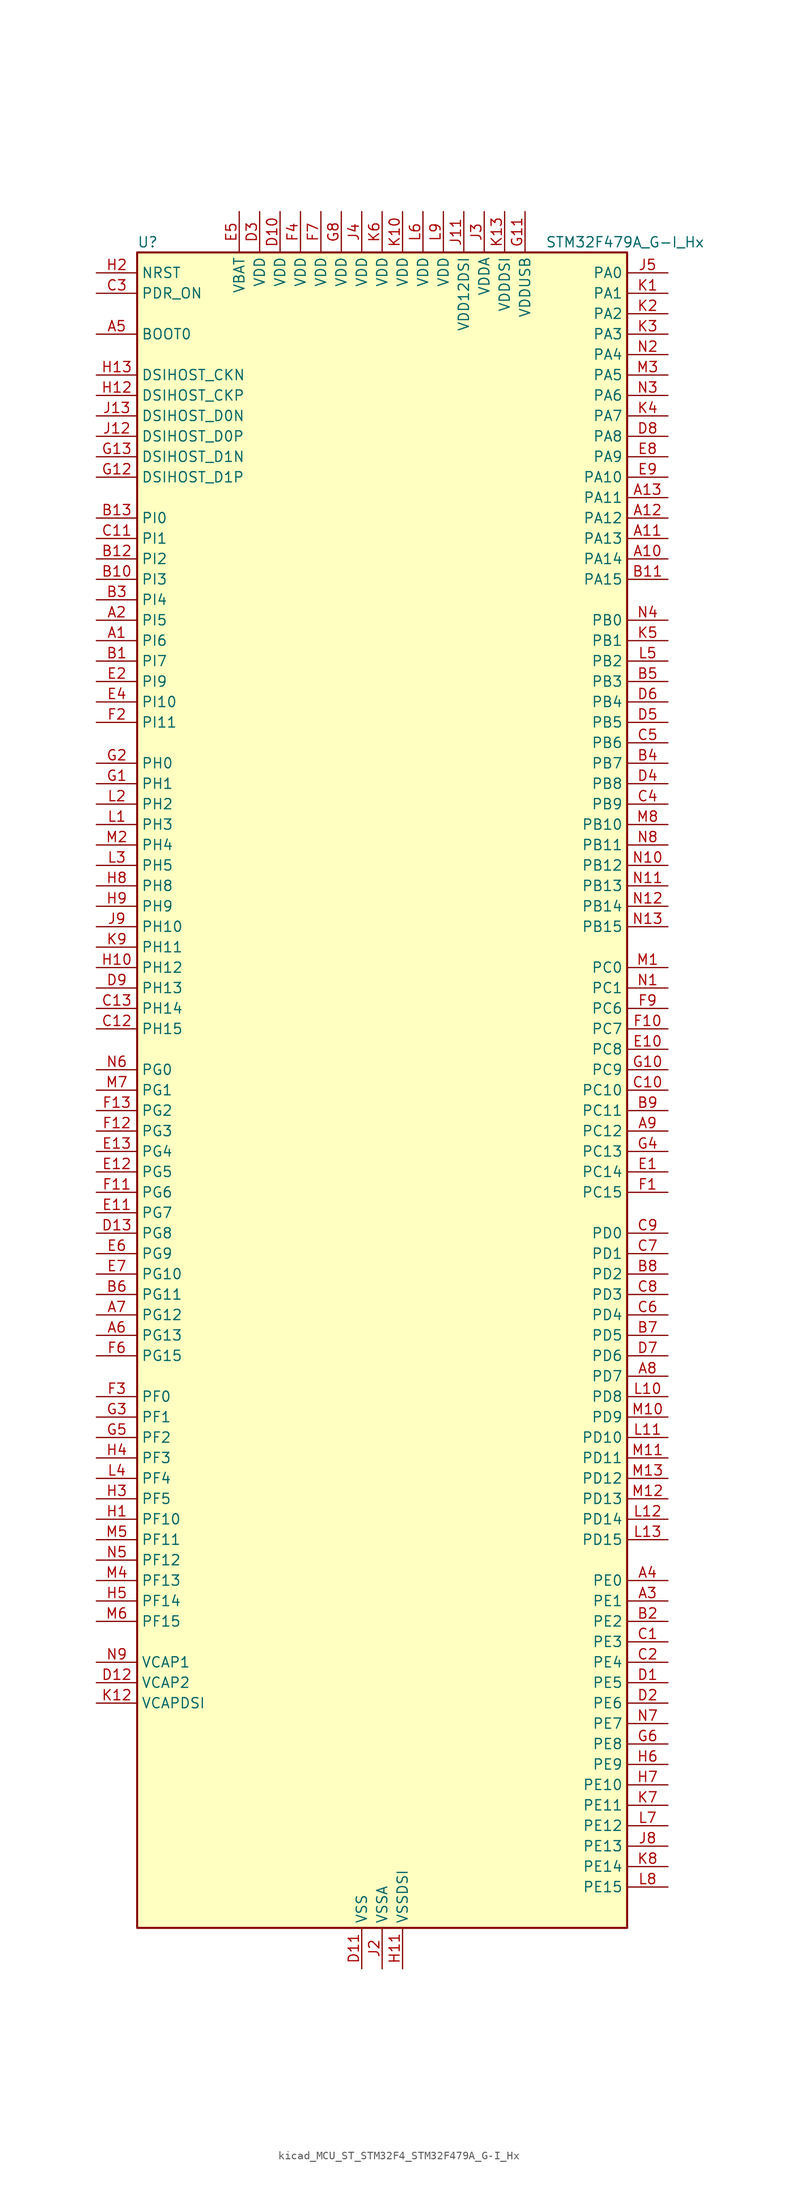
<source format=kicad_sym>
(kicad_symbol_lib
  (version 20220914)
  (generator kicad_symbol_editor)
  (symbol "kicad_MCU_ST_STM32F4_STM32F479A_G-I_Hx"
    (property "Reference" "U"
      (at -30.48 105.41 0)
      (effects (font (size 1.27 1.27)) (justify left)))
    (property "Value" "STM32F479A_G-I_Hx"
      (at 20.32 105.41 0)
      (effects (font (size 1.27 1.27)) (justify left)))
    (property "ki_locked" ""
      (at 0 0 0)
      (effects (font (size 1.27 1.27))))
    (symbol "kicad_MCU_ST_STM32F4_STM32F479A_G-I_Hx_0_1"
      (rectangle (start -30.48 -104.14) (end 30.48 104.14) (stroke (width 0.254) (type default)) (fill (type background))))
    (symbol "kicad_MCU_ST_STM32F4_STM32F479A_G-I_Hx_1_1"
      (pin bidirectional line (at -35.56 55.88 0) (length 5.08) (name "PI6" (effects (font (size 1.27 1.27)))) (number "A1" (effects (font (size 1.27 1.27)))) (alternate "DCMI_D6" bidirectional line) (alternate "FMC_D28" bidirectional line) (alternate "LTDC_B6" bidirectional line) (alternate "TIM8_CH2" bidirectional line))
      (pin bidirectional line (at 35.56 66.04 180) (length 5.08) (name "PA14" (effects (font (size 1.27 1.27)))) (number "A10" (effects (font (size 1.27 1.27)))) (alternate "SYS_JTCK-SWCLK" bidirectional line))
      (pin bidirectional line (at 35.56 68.58 180) (length 5.08) (name "PA13" (effects (font (size 1.27 1.27)))) (number "A11" (effects (font (size 1.27 1.27)))) (alternate "SYS_JTMS-SWDIO" bidirectional line))
      (pin bidirectional line (at 35.56 71.12 180) (length 5.08) (name "PA12" (effects (font (size 1.27 1.27)))) (number "A12" (effects (font (size 1.27 1.27)))) (alternate "CAN1_TX" bidirectional line) (alternate "LTDC_R5" bidirectional line) (alternate "TIM1_ETR" bidirectional line) (alternate "USART1_RTS" bidirectional line) (alternate "USB_OTG_FS_DP" bidirectional line))
      (pin bidirectional line (at 35.56 73.66 180) (length 5.08) (name "PA11" (effects (font (size 1.27 1.27)))) (number "A13" (effects (font (size 1.27 1.27)))) (alternate "ADC1_EXTI11" bidirectional line) (alternate "ADC2_EXTI11" bidirectional line) (alternate "ADC3_EXTI11" bidirectional line) (alternate "CAN1_RX" bidirectional line) (alternate "LTDC_R4" bidirectional line) (alternate "TIM1_CH4" bidirectional line) (alternate "USART1_CTS" bidirectional line) (alternate "USB_OTG_FS_DM" bidirectional line))
      (pin bidirectional line (at -35.56 58.42 0) (length 5.08) (name "PI5" (effects (font (size 1.27 1.27)))) (number "A2" (effects (font (size 1.27 1.27)))) (alternate "DCMI_VSYNC" bidirectional line) (alternate "FMC_NBL3" bidirectional line) (alternate "LTDC_B5" bidirectional line) (alternate "TIM8_CH1" bidirectional line))
      (pin bidirectional line (at 35.56 -63.5 180) (length 5.08) (name "PE1" (effects (font (size 1.27 1.27)))) (number "A3" (effects (font (size 1.27 1.27)))) (alternate "DCMI_D3" bidirectional line) (alternate "FMC_NBL1" bidirectional line) (alternate "UART8_TX" bidirectional line))
      (pin bidirectional line (at 35.56 -60.96 180) (length 5.08) (name "PE0" (effects (font (size 1.27 1.27)))) (number "A4" (effects (font (size 1.27 1.27)))) (alternate "DCMI_D2" bidirectional line) (alternate "FMC_NBL0" bidirectional line) (alternate "TIM4_ETR" bidirectional line) (alternate "UART8_RX" bidirectional line))
      (pin input line (at -35.56 93.98 0) (length 5.08) (name "BOOT0" (effects (font (size 1.27 1.27)))) (number "A5" (effects (font (size 1.27 1.27)))))
      (pin bidirectional line (at -35.56 -30.48 0) (length 5.08) (name "PG13" (effects (font (size 1.27 1.27)))) (number "A6" (effects (font (size 1.27 1.27)))) (alternate "FMC_A24" bidirectional line) (alternate "LTDC_R0" bidirectional line) (alternate "SPI6_SCK" bidirectional line) (alternate "SYS_TRACED0" bidirectional line) (alternate "USART6_CTS" bidirectional line))
      (pin bidirectional line (at -35.56 -27.94 0) (length 5.08) (name "PG12" (effects (font (size 1.27 1.27)))) (number "A7" (effects (font (size 1.27 1.27)))) (alternate "FMC_NE4" bidirectional line) (alternate "LTDC_B1" bidirectional line) (alternate "LTDC_B4" bidirectional line) (alternate "SPI6_MISO" bidirectional line) (alternate "USART6_RTS" bidirectional line))
      (pin bidirectional line (at 35.56 -35.56 180) (length 5.08) (name "PD7" (effects (font (size 1.27 1.27)))) (number "A8" (effects (font (size 1.27 1.27)))) (alternate "FMC_NE1" bidirectional line) (alternate "USART2_CK" bidirectional line))
      (pin bidirectional line (at 35.56 -5.08 180) (length 5.08) (name "PC12" (effects (font (size 1.27 1.27)))) (number "A9" (effects (font (size 1.27 1.27)))) (alternate "DCMI_D9" bidirectional line) (alternate "I2S3_SD" bidirectional line) (alternate "SDIO_CK" bidirectional line) (alternate "SPI3_MOSI" bidirectional line) (alternate "SYS_TRACED3" bidirectional line) (alternate "UART5_TX" bidirectional line) (alternate "USART3_CK" bidirectional line))
      (pin bidirectional line (at -35.56 53.34 0) (length 5.08) (name "PI7" (effects (font (size 1.27 1.27)))) (number "B1" (effects (font (size 1.27 1.27)))) (alternate "DCMI_D7" bidirectional line) (alternate "FMC_D29" bidirectional line) (alternate "LTDC_B7" bidirectional line) (alternate "TIM8_CH3" bidirectional line))
      (pin bidirectional line (at -35.56 63.5 0) (length 5.08) (name "PI3" (effects (font (size 1.27 1.27)))) (number "B10" (effects (font (size 1.27 1.27)))) (alternate "DCMI_D10" bidirectional line) (alternate "FMC_D27" bidirectional line) (alternate "I2S2_SD" bidirectional line) (alternate "SPI2_MOSI" bidirectional line) (alternate "TIM8_ETR" bidirectional line))
      (pin bidirectional line (at 35.56 63.5 180) (length 5.08) (name "PA15" (effects (font (size 1.27 1.27)))) (number "B11" (effects (font (size 1.27 1.27)))) (alternate "ADC1_EXTI15" bidirectional line) (alternate "ADC2_EXTI15" bidirectional line) (alternate "ADC3_EXTI15" bidirectional line) (alternate "I2S3_WS" bidirectional line) (alternate "SPI1_NSS" bidirectional line) (alternate "SPI3_NSS" bidirectional line) (alternate "SYS_JTDI" bidirectional line) (alternate "TIM2_CH1" bidirectional line) (alternate "TIM2_ETR" bidirectional line))
      (pin bidirectional line (at -35.56 66.04 0) (length 5.08) (name "PI2" (effects (font (size 1.27 1.27)))) (number "B12" (effects (font (size 1.27 1.27)))) (alternate "DCMI_D9" bidirectional line) (alternate "FMC_D26" bidirectional line) (alternate "I2S2_ext_SD" bidirectional line) (alternate "LTDC_G7" bidirectional line) (alternate "SPI2_MISO" bidirectional line) (alternate "TIM8_CH4" bidirectional line))
      (pin bidirectional line (at -35.56 71.12 0) (length 5.08) (name "PI0" (effects (font (size 1.27 1.27)))) (number "B13" (effects (font (size 1.27 1.27)))) (alternate "DCMI_D13" bidirectional line) (alternate "FMC_D24" bidirectional line) (alternate "I2S2_WS" bidirectional line) (alternate "LTDC_G5" bidirectional line) (alternate "SPI2_NSS" bidirectional line) (alternate "TIM5_CH4" bidirectional line))
      (pin bidirectional line (at 35.56 -66.04 180) (length 5.08) (name "PE2" (effects (font (size 1.27 1.27)))) (number "B2" (effects (font (size 1.27 1.27)))) (alternate "FMC_A23" bidirectional line) (alternate "QUADSPI_BK1_IO2" bidirectional line) (alternate "SAI1_MCLK_A" bidirectional line) (alternate "SPI4_SCK" bidirectional line) (alternate "SYS_TRACECLK" bidirectional line))
      (pin bidirectional line (at -35.56 60.96 0) (length 5.08) (name "PI4" (effects (font (size 1.27 1.27)))) (number "B3" (effects (font (size 1.27 1.27)))) (alternate "DCMI_D5" bidirectional line) (alternate "FMC_NBL2" bidirectional line) (alternate "LTDC_B4" bidirectional line) (alternate "TIM8_BKIN" bidirectional line))
      (pin bidirectional line (at 35.56 40.64 180) (length 5.08) (name "PB7" (effects (font (size 1.27 1.27)))) (number "B4" (effects (font (size 1.27 1.27)))) (alternate "DCMI_VSYNC" bidirectional line) (alternate "FMC_NL" bidirectional line) (alternate "I2C1_SDA" bidirectional line) (alternate "TIM4_CH2" bidirectional line) (alternate "USART1_RX" bidirectional line))
      (pin bidirectional line (at 35.56 50.8 180) (length 5.08) (name "PB3" (effects (font (size 1.27 1.27)))) (number "B5" (effects (font (size 1.27 1.27)))) (alternate "I2S3_CK" bidirectional line) (alternate "SPI1_SCK" bidirectional line) (alternate "SPI3_SCK" bidirectional line) (alternate "SYS_JTDO-SWO" bidirectional line) (alternate "TIM2_CH2" bidirectional line))
      (pin bidirectional line (at -35.56 -25.4 0) (length 5.08) (name "PG11" (effects (font (size 1.27 1.27)))) (number "B6" (effects (font (size 1.27 1.27)))) (alternate "ADC1_EXTI11" bidirectional line) (alternate "ADC2_EXTI11" bidirectional line) (alternate "ADC3_EXTI11" bidirectional line) (alternate "DCMI_D3" bidirectional line) (alternate "LTDC_B3" bidirectional line))
      (pin bidirectional line (at 35.56 -30.48 180) (length 5.08) (name "PD5" (effects (font (size 1.27 1.27)))) (number "B7" (effects (font (size 1.27 1.27)))) (alternate "FMC_NWE" bidirectional line) (alternate "USART2_TX" bidirectional line))
      (pin bidirectional line (at 35.56 -22.86 180) (length 5.08) (name "PD2" (effects (font (size 1.27 1.27)))) (number "B8" (effects (font (size 1.27 1.27)))) (alternate "DCMI_D11" bidirectional line) (alternate "SDIO_CMD" bidirectional line) (alternate "SYS_TRACED2" bidirectional line) (alternate "TIM3_ETR" bidirectional line) (alternate "UART5_RX" bidirectional line))
      (pin bidirectional line (at 35.56 -2.54 180) (length 5.08) (name "PC11" (effects (font (size 1.27 1.27)))) (number "B9" (effects (font (size 1.27 1.27)))) (alternate "ADC1_EXTI11" bidirectional line) (alternate "ADC2_EXTI11" bidirectional line) (alternate "ADC3_EXTI11" bidirectional line) (alternate "DCMI_D4" bidirectional line) (alternate "I2S3_ext_SD" bidirectional line) (alternate "QUADSPI_BK2_NCS" bidirectional line) (alternate "SDIO_D3" bidirectional line) (alternate "SPI3_MISO" bidirectional line) (alternate "UART4_RX" bidirectional line) (alternate "USART3_RX" bidirectional line))
      (pin bidirectional line (at 35.56 -68.58 180) (length 5.08) (name "PE3" (effects (font (size 1.27 1.27)))) (number "C1" (effects (font (size 1.27 1.27)))) (alternate "FMC_A19" bidirectional line) (alternate "SAI1_SD_B" bidirectional line) (alternate "SYS_TRACED0" bidirectional line))
      (pin bidirectional line (at 35.56 0 180) (length 5.08) (name "PC10" (effects (font (size 1.27 1.27)))) (number "C10" (effects (font (size 1.27 1.27)))) (alternate "DCMI_D8" bidirectional line) (alternate "I2S3_CK" bidirectional line) (alternate "LTDC_R2" bidirectional line) (alternate "QUADSPI_BK1_IO1" bidirectional line) (alternate "SDIO_D2" bidirectional line) (alternate "SPI3_SCK" bidirectional line) (alternate "UART4_TX" bidirectional line) (alternate "USART3_TX" bidirectional line))
      (pin bidirectional line (at -35.56 68.58 0) (length 5.08) (name "PI1" (effects (font (size 1.27 1.27)))) (number "C11" (effects (font (size 1.27 1.27)))) (alternate "DCMI_D8" bidirectional line) (alternate "FMC_D25" bidirectional line) (alternate "I2S2_CK" bidirectional line) (alternate "LTDC_G6" bidirectional line) (alternate "SPI2_SCK" bidirectional line))
      (pin bidirectional line (at -35.56 7.62 0) (length 5.08) (name "PH15" (effects (font (size 1.27 1.27)))) (number "C12" (effects (font (size 1.27 1.27)))) (alternate "ADC1_EXTI15" bidirectional line) (alternate "ADC2_EXTI15" bidirectional line) (alternate "ADC3_EXTI15" bidirectional line) (alternate "DCMI_D11" bidirectional line) (alternate "FMC_D23" bidirectional line) (alternate "LTDC_G4" bidirectional line) (alternate "TIM8_CH3N" bidirectional line))
      (pin bidirectional line (at -35.56 10.16 0) (length 5.08) (name "PH14" (effects (font (size 1.27 1.27)))) (number "C13" (effects (font (size 1.27 1.27)))) (alternate "DCMI_D4" bidirectional line) (alternate "FMC_D22" bidirectional line) (alternate "LTDC_G3" bidirectional line) (alternate "TIM8_CH2N" bidirectional line))
      (pin bidirectional line (at 35.56 -71.12 180) (length 5.08) (name "PE4" (effects (font (size 1.27 1.27)))) (number "C2" (effects (font (size 1.27 1.27)))) (alternate "DCMI_D4" bidirectional line) (alternate "FMC_A20" bidirectional line) (alternate "LTDC_B0" bidirectional line) (alternate "SAI1_FS_A" bidirectional line) (alternate "SPI4_NSS" bidirectional line) (alternate "SYS_TRACED1" bidirectional line))
      (pin input line (at -35.56 99.06 0) (length 5.08) (name "PDR_ON" (effects (font (size 1.27 1.27)))) (number "C3" (effects (font (size 1.27 1.27)))))
      (pin bidirectional line (at 35.56 35.56 180) (length 5.08) (name "PB9" (effects (font (size 1.27 1.27)))) (number "C4" (effects (font (size 1.27 1.27)))) (alternate "CAN1_TX" bidirectional line) (alternate "DAC_EXTI9" bidirectional line) (alternate "DCMI_D7" bidirectional line) (alternate "I2C1_SDA" bidirectional line) (alternate "I2S2_WS" bidirectional line) (alternate "LTDC_B7" bidirectional line) (alternate "SDIO_D5" bidirectional line) (alternate "SPI2_NSS" bidirectional line) (alternate "TIM11_CH1" bidirectional line) (alternate "TIM4_CH4" bidirectional line))
      (pin bidirectional line (at 35.56 43.18 180) (length 5.08) (name "PB6" (effects (font (size 1.27 1.27)))) (number "C5" (effects (font (size 1.27 1.27)))) (alternate "CAN2_TX" bidirectional line) (alternate "DCMI_D5" bidirectional line) (alternate "FMC_SDNE1" bidirectional line) (alternate "I2C1_SCL" bidirectional line) (alternate "QUADSPI_BK1_NCS" bidirectional line) (alternate "TIM4_CH1" bidirectional line) (alternate "USART1_TX" bidirectional line))
      (pin bidirectional line (at 35.56 -27.94 180) (length 5.08) (name "PD4" (effects (font (size 1.27 1.27)))) (number "C6" (effects (font (size 1.27 1.27)))) (alternate "FMC_NOE" bidirectional line) (alternate "USART2_RTS" bidirectional line))
      (pin bidirectional line (at 35.56 -20.32 180) (length 5.08) (name "PD1" (effects (font (size 1.27 1.27)))) (number "C7" (effects (font (size 1.27 1.27)))) (alternate "CAN1_TX" bidirectional line) (alternate "FMC_D3" bidirectional line) (alternate "FMC_DA3" bidirectional line))
      (pin bidirectional line (at 35.56 -25.4 180) (length 5.08) (name "PD3" (effects (font (size 1.27 1.27)))) (number "C8" (effects (font (size 1.27 1.27)))) (alternate "DCMI_D5" bidirectional line) (alternate "FMC_CLK" bidirectional line) (alternate "I2S2_CK" bidirectional line) (alternate "LTDC_G7" bidirectional line) (alternate "SPI2_SCK" bidirectional line) (alternate "USART2_CTS" bidirectional line))
      (pin bidirectional line (at 35.56 -17.78 180) (length 5.08) (name "PD0" (effects (font (size 1.27 1.27)))) (number "C9" (effects (font (size 1.27 1.27)))) (alternate "CAN1_RX" bidirectional line) (alternate "FMC_D2" bidirectional line) (alternate "FMC_DA2" bidirectional line))
      (pin bidirectional line (at 35.56 -73.66 180) (length 5.08) (name "PE5" (effects (font (size 1.27 1.27)))) (number "D1" (effects (font (size 1.27 1.27)))) (alternate "DCMI_D6" bidirectional line) (alternate "FMC_A21" bidirectional line) (alternate "LTDC_G0" bidirectional line) (alternate "SAI1_SCK_A" bidirectional line) (alternate "SPI4_MISO" bidirectional line) (alternate "SYS_TRACED2" bidirectional line) (alternate "TIM9_CH1" bidirectional line))
      (pin power_in line (at -12.7 109.22 270) (length 5.08) (name "VDD" (effects (font (size 1.27 1.27)))) (number "D10" (effects (font (size 1.27 1.27)))))
      (pin power_in line (at -2.54 -109.22 90) (length 5.08) (name "VSS" (effects (font (size 1.27 1.27)))) (number "D11" (effects (font (size 1.27 1.27)))))
      (pin power_out line (at -35.56 -73.66 0) (length 5.08) (name "VCAP2" (effects (font (size 1.27 1.27)))) (number "D12" (effects (font (size 1.27 1.27)))))
      (pin bidirectional line (at -35.56 -17.78 0) (length 5.08) (name "PG8" (effects (font (size 1.27 1.27)))) (number "D13" (effects (font (size 1.27 1.27)))) (alternate "FMC_SDCLK" bidirectional line) (alternate "LTDC_G7" bidirectional line) (alternate "SPI6_NSS" bidirectional line) (alternate "USART6_RTS" bidirectional line))
      (pin bidirectional line (at 35.56 -76.2 180) (length 5.08) (name "PE6" (effects (font (size 1.27 1.27)))) (number "D2" (effects (font (size 1.27 1.27)))) (alternate "DCMI_D7" bidirectional line) (alternate "FMC_A22" bidirectional line) (alternate "LTDC_G1" bidirectional line) (alternate "SAI1_SD_A" bidirectional line) (alternate "SPI4_MOSI" bidirectional line) (alternate "SYS_TRACED3" bidirectional line) (alternate "TIM9_CH2" bidirectional line))
      (pin power_in line (at -15.24 109.22 270) (length 5.08) (name "VDD" (effects (font (size 1.27 1.27)))) (number "D3" (effects (font (size 1.27 1.27)))))
      (pin bidirectional line (at 35.56 38.1 180) (length 5.08) (name "PB8" (effects (font (size 1.27 1.27)))) (number "D4" (effects (font (size 1.27 1.27)))) (alternate "CAN1_RX" bidirectional line) (alternate "DCMI_D6" bidirectional line) (alternate "I2C1_SCL" bidirectional line) (alternate "LTDC_B6" bidirectional line) (alternate "SDIO_D4" bidirectional line) (alternate "TIM10_CH1" bidirectional line) (alternate "TIM4_CH3" bidirectional line))
      (pin bidirectional line (at 35.56 45.72 180) (length 5.08) (name "PB5" (effects (font (size 1.27 1.27)))) (number "D5" (effects (font (size 1.27 1.27)))) (alternate "CAN2_RX" bidirectional line) (alternate "DCMI_D10" bidirectional line) (alternate "FMC_SDCKE1" bidirectional line) (alternate "I2C1_SMBA" bidirectional line) (alternate "I2S3_SD" bidirectional line) (alternate "LTDC_G7" bidirectional line) (alternate "SPI1_MOSI" bidirectional line) (alternate "SPI3_MOSI" bidirectional line) (alternate "TIM3_CH2" bidirectional line) (alternate "USB_OTG_HS_ULPI_D7" bidirectional line))
      (pin bidirectional line (at 35.56 48.26 180) (length 5.08) (name "PB4" (effects (font (size 1.27 1.27)))) (number "D6" (effects (font (size 1.27 1.27)))) (alternate "I2S3_ext_SD" bidirectional line) (alternate "SPI1_MISO" bidirectional line) (alternate "SPI3_MISO" bidirectional line) (alternate "SYS_JTRST" bidirectional line) (alternate "TIM3_CH1" bidirectional line))
      (pin bidirectional line (at 35.56 -33.02 180) (length 5.08) (name "PD6" (effects (font (size 1.27 1.27)))) (number "D7" (effects (font (size 1.27 1.27)))) (alternate "DCMI_D10" bidirectional line) (alternate "FMC_NWAIT" bidirectional line) (alternate "I2S3_SD" bidirectional line) (alternate "LTDC_B2" bidirectional line) (alternate "SAI1_SD_A" bidirectional line) (alternate "SPI3_MOSI" bidirectional line) (alternate "USART2_RX" bidirectional line))
      (pin bidirectional line (at 35.56 81.28 180) (length 5.08) (name "PA8" (effects (font (size 1.27 1.27)))) (number "D8" (effects (font (size 1.27 1.27)))) (alternate "I2C3_SCL" bidirectional line) (alternate "LTDC_R6" bidirectional line) (alternate "RCC_MCO_1" bidirectional line) (alternate "TIM1_CH1" bidirectional line) (alternate "USART1_CK" bidirectional line) (alternate "USB_OTG_FS_SOF" bidirectional line))
      (pin bidirectional line (at -35.56 12.7 0) (length 5.08) (name "PH13" (effects (font (size 1.27 1.27)))) (number "D9" (effects (font (size 1.27 1.27)))) (alternate "CAN1_TX" bidirectional line) (alternate "FMC_D21" bidirectional line) (alternate "LTDC_G2" bidirectional line) (alternate "TIM8_CH1N" bidirectional line))
      (pin bidirectional line (at 35.56 -10.16 180) (length 5.08) (name "PC14" (effects (font (size 1.27 1.27)))) (number "E1" (effects (font (size 1.27 1.27)))) (alternate "RCC_OSC32_IN" bidirectional line))
      (pin bidirectional line (at 35.56 5.08 180) (length 5.08) (name "PC8" (effects (font (size 1.27 1.27)))) (number "E10" (effects (font (size 1.27 1.27)))) (alternate "DCMI_D2" bidirectional line) (alternate "SDIO_D0" bidirectional line) (alternate "SYS_TRACED1" bidirectional line) (alternate "TIM3_CH3" bidirectional line) (alternate "TIM8_CH3" bidirectional line) (alternate "USART6_CK" bidirectional line))
      (pin bidirectional line (at -35.56 -15.24 0) (length 5.08) (name "PG7" (effects (font (size 1.27 1.27)))) (number "E11" (effects (font (size 1.27 1.27)))) (alternate "DCMI_D13" bidirectional line) (alternate "FMC_INT" bidirectional line) (alternate "LTDC_CLK" bidirectional line) (alternate "SAI1_MCLK_A" bidirectional line) (alternate "USART6_CK" bidirectional line))
      (pin bidirectional line (at -35.56 -10.16 0) (length 5.08) (name "PG5" (effects (font (size 1.27 1.27)))) (number "E12" (effects (font (size 1.27 1.27)))) (alternate "FMC_A15" bidirectional line) (alternate "FMC_BA1" bidirectional line))
      (pin bidirectional line (at -35.56 -7.62 0) (length 5.08) (name "PG4" (effects (font (size 1.27 1.27)))) (number "E13" (effects (font (size 1.27 1.27)))) (alternate "FMC_A14" bidirectional line) (alternate "FMC_BA0" bidirectional line))
      (pin bidirectional line (at -35.56 50.8 0) (length 5.08) (name "PI9" (effects (font (size 1.27 1.27)))) (number "E2" (effects (font (size 1.27 1.27)))) (alternate "CAN1_RX" bidirectional line) (alternate "DAC_EXTI9" bidirectional line) (alternate "FMC_D30" bidirectional line) (alternate "LTDC_VSYNC" bidirectional line))
      (pin passive line (at -2.54 -109.22 90) (length 5.08) hide (name "VSS" (effects (font (size 1.27 1.27)))) (number "E3" (effects (font (size 1.27 1.27)))))
      (pin bidirectional line (at -35.56 48.26 0) (length 5.08) (name "PI10" (effects (font (size 1.27 1.27)))) (number "E4" (effects (font (size 1.27 1.27)))) (alternate "FMC_D31" bidirectional line) (alternate "LTDC_HSYNC" bidirectional line))
      (pin power_in line (at -17.78 109.22 270) (length 5.08) (name "VBAT" (effects (font (size 1.27 1.27)))) (number "E5" (effects (font (size 1.27 1.27)))))
      (pin bidirectional line (at -35.56 -20.32 0) (length 5.08) (name "PG9" (effects (font (size 1.27 1.27)))) (number "E6" (effects (font (size 1.27 1.27)))) (alternate "DAC_EXTI9" bidirectional line) (alternate "DCMI_VSYNC" bidirectional line) (alternate "FMC_NCE" bidirectional line) (alternate "FMC_NE2" bidirectional line) (alternate "QUADSPI_BK2_IO2" bidirectional line) (alternate "USART6_RX" bidirectional line))
      (pin bidirectional line (at -35.56 -22.86 0) (length 5.08) (name "PG10" (effects (font (size 1.27 1.27)))) (number "E7" (effects (font (size 1.27 1.27)))) (alternate "DCMI_D2" bidirectional line) (alternate "FMC_NE3" bidirectional line) (alternate "LTDC_B2" bidirectional line) (alternate "LTDC_G3" bidirectional line))
      (pin bidirectional line (at 35.56 78.74 180) (length 5.08) (name "PA9" (effects (font (size 1.27 1.27)))) (number "E8" (effects (font (size 1.27 1.27)))) (alternate "DAC_EXTI9" bidirectional line) (alternate "DCMI_D0" bidirectional line) (alternate "I2C3_SMBA" bidirectional line) (alternate "I2S2_CK" bidirectional line) (alternate "SPI2_SCK" bidirectional line) (alternate "TIM1_CH2" bidirectional line) (alternate "USART1_TX" bidirectional line) (alternate "USB_OTG_FS_VBUS" bidirectional line))
      (pin bidirectional line (at 35.56 76.2 180) (length 5.08) (name "PA10" (effects (font (size 1.27 1.27)))) (number "E9" (effects (font (size 1.27 1.27)))) (alternate "DCMI_D1" bidirectional line) (alternate "TIM1_CH3" bidirectional line) (alternate "USART1_RX" bidirectional line) (alternate "USB_OTG_FS_ID" bidirectional line))
      (pin bidirectional line (at 35.56 -12.7 180) (length 5.08) (name "PC15" (effects (font (size 1.27 1.27)))) (number "F1" (effects (font (size 1.27 1.27)))) (alternate "ADC1_EXTI15" bidirectional line) (alternate "ADC2_EXTI15" bidirectional line) (alternate "ADC3_EXTI15" bidirectional line) (alternate "RCC_OSC32_OUT" bidirectional line))
      (pin bidirectional line (at 35.56 7.62 180) (length 5.08) (name "PC7" (effects (font (size 1.27 1.27)))) (number "F10" (effects (font (size 1.27 1.27)))) (alternate "DCMI_D1" bidirectional line) (alternate "I2S3_MCK" bidirectional line) (alternate "LTDC_G6" bidirectional line) (alternate "SDIO_D7" bidirectional line) (alternate "TIM3_CH2" bidirectional line) (alternate "TIM8_CH2" bidirectional line) (alternate "USART6_RX" bidirectional line))
      (pin bidirectional line (at -35.56 -12.7 0) (length 5.08) (name "PG6" (effects (font (size 1.27 1.27)))) (number "F11" (effects (font (size 1.27 1.27)))) (alternate "DCMI_D12" bidirectional line) (alternate "LTDC_R7" bidirectional line))
      (pin bidirectional line (at -35.56 -5.08 0) (length 5.08) (name "PG3" (effects (font (size 1.27 1.27)))) (number "F12" (effects (font (size 1.27 1.27)))) (alternate "FMC_A13" bidirectional line))
      (pin bidirectional line (at -35.56 -2.54 0) (length 5.08) (name "PG2" (effects (font (size 1.27 1.27)))) (number "F13" (effects (font (size 1.27 1.27)))) (alternate "FMC_A12" bidirectional line))
      (pin bidirectional line (at -35.56 45.72 0) (length 5.08) (name "PI11" (effects (font (size 1.27 1.27)))) (number "F2" (effects (font (size 1.27 1.27)))) (alternate "ADC1_EXTI11" bidirectional line) (alternate "ADC2_EXTI11" bidirectional line) (alternate "ADC3_EXTI11" bidirectional line) (alternate "LTDC_G6" bidirectional line) (alternate "USB_OTG_HS_ULPI_DIR" bidirectional line))
      (pin bidirectional line (at -35.56 -38.1 0) (length 5.08) (name "PF0" (effects (font (size 1.27 1.27)))) (number "F3" (effects (font (size 1.27 1.27)))) (alternate "FMC_A0" bidirectional line) (alternate "I2C2_SDA" bidirectional line))
      (pin power_in line (at -10.16 109.22 270) (length 5.08) (name "VDD" (effects (font (size 1.27 1.27)))) (number "F4" (effects (font (size 1.27 1.27)))))
      (pin passive line (at -2.54 -109.22 90) (length 5.08) hide (name "VSS" (effects (font (size 1.27 1.27)))) (number "F5" (effects (font (size 1.27 1.27)))))
      (pin bidirectional line (at -35.56 -33.02 0) (length 5.08) (name "PG15" (effects (font (size 1.27 1.27)))) (number "F6" (effects (font (size 1.27 1.27)))) (alternate "ADC1_EXTI15" bidirectional line) (alternate "ADC2_EXTI15" bidirectional line) (alternate "ADC3_EXTI15" bidirectional line) (alternate "DCMI_D13" bidirectional line) (alternate "FMC_SDNCAS" bidirectional line) (alternate "USART6_CTS" bidirectional line))
      (pin power_in line (at -7.62 109.22 270) (length 5.08) (name "VDD" (effects (font (size 1.27 1.27)))) (number "F7" (effects (font (size 1.27 1.27)))))
      (pin passive line (at -2.54 -109.22 90) (length 5.08) hide (name "VSS" (effects (font (size 1.27 1.27)))) (number "F8" (effects (font (size 1.27 1.27)))))
      (pin bidirectional line (at 35.56 10.16 180) (length 5.08) (name "PC6" (effects (font (size 1.27 1.27)))) (number "F9" (effects (font (size 1.27 1.27)))) (alternate "DCMI_D0" bidirectional line) (alternate "I2S2_MCK" bidirectional line) (alternate "LTDC_HSYNC" bidirectional line) (alternate "SDIO_D6" bidirectional line) (alternate "TIM3_CH1" bidirectional line) (alternate "TIM8_CH1" bidirectional line) (alternate "USART6_TX" bidirectional line))
      (pin bidirectional line (at -35.56 38.1 0) (length 5.08) (name "PH1" (effects (font (size 1.27 1.27)))) (number "G1" (effects (font (size 1.27 1.27)))) (alternate "RCC_OSC_OUT" bidirectional line))
      (pin bidirectional line (at 35.56 2.54 180) (length 5.08) (name "PC9" (effects (font (size 1.27 1.27)))) (number "G10" (effects (font (size 1.27 1.27)))) (alternate "DAC_EXTI9" bidirectional line) (alternate "DCMI_D3" bidirectional line) (alternate "I2C3_SDA" bidirectional line) (alternate "I2S_CKIN" bidirectional line) (alternate "QUADSPI_BK1_IO0" bidirectional line) (alternate "RCC_MCO_2" bidirectional line) (alternate "SDIO_D1" bidirectional line) (alternate "TIM3_CH4" bidirectional line) (alternate "TIM8_CH4" bidirectional line))
      (pin power_in line (at 17.78 109.22 270) (length 5.08) (name "VDDUSB" (effects (font (size 1.27 1.27)))) (number "G11" (effects (font (size 1.27 1.27)))))
      (pin bidirectional line (at -35.56 76.2 0) (length 5.08) (name "DSIHOST_D1P" (effects (font (size 1.27 1.27)))) (number "G12" (effects (font (size 1.27 1.27)))) (alternate "DSIHOST_D1P" bidirectional line))
      (pin bidirectional line (at -35.56 78.74 0) (length 5.08) (name "DSIHOST_D1N" (effects (font (size 1.27 1.27)))) (number "G13" (effects (font (size 1.27 1.27)))) (alternate "DSIHOST_D1N" bidirectional line))
      (pin bidirectional line (at -35.56 40.64 0) (length 5.08) (name "PH0" (effects (font (size 1.27 1.27)))) (number "G2" (effects (font (size 1.27 1.27)))) (alternate "RCC_OSC_IN" bidirectional line))
      (pin bidirectional line (at -35.56 -40.64 0) (length 5.08) (name "PF1" (effects (font (size 1.27 1.27)))) (number "G3" (effects (font (size 1.27 1.27)))) (alternate "FMC_A1" bidirectional line) (alternate "I2C2_SCL" bidirectional line))
      (pin bidirectional line (at 35.56 -7.62 180) (length 5.08) (name "PC13" (effects (font (size 1.27 1.27)))) (number "G4" (effects (font (size 1.27 1.27)))) (alternate "RTC_AF1" bidirectional line))
      (pin bidirectional line (at -35.56 -43.18 0) (length 5.08) (name "PF2" (effects (font (size 1.27 1.27)))) (number "G5" (effects (font (size 1.27 1.27)))) (alternate "FMC_A2" bidirectional line) (alternate "I2C2_SMBA" bidirectional line))
      (pin bidirectional line (at 35.56 -81.28 180) (length 5.08) (name "PE8" (effects (font (size 1.27 1.27)))) (number "G6" (effects (font (size 1.27 1.27)))) (alternate "FMC_D5" bidirectional line) (alternate "FMC_DA5" bidirectional line) (alternate "QUADSPI_BK2_IO1" bidirectional line) (alternate "TIM1_CH1N" bidirectional line) (alternate "UART7_TX" bidirectional line))
      (pin passive line (at -2.54 -109.22 90) (length 5.08) hide (name "VSS" (effects (font (size 1.27 1.27)))) (number "G7" (effects (font (size 1.27 1.27)))))
      (pin power_in line (at -5.08 109.22 270) (length 5.08) (name "VDD" (effects (font (size 1.27 1.27)))) (number "G8" (effects (font (size 1.27 1.27)))))
      (pin passive line (at -2.54 -109.22 90) (length 5.08) hide (name "VSS" (effects (font (size 1.27 1.27)))) (number "G9" (effects (font (size 1.27 1.27)))))
      (pin bidirectional line (at -35.56 -53.34 0) (length 5.08) (name "PF10" (effects (font (size 1.27 1.27)))) (number "H1" (effects (font (size 1.27 1.27)))) (alternate "ADC3_IN8" bidirectional line) (alternate "DCMI_D11" bidirectional line) (alternate "LTDC_DE" bidirectional line) (alternate "QUADSPI_CLK" bidirectional line))
      (pin bidirectional line (at -35.56 15.24 0) (length 5.08) (name "PH12" (effects (font (size 1.27 1.27)))) (number "H10" (effects (font (size 1.27 1.27)))) (alternate "DCMI_D3" bidirectional line) (alternate "FMC_D20" bidirectional line) (alternate "LTDC_R6" bidirectional line) (alternate "TIM5_CH3" bidirectional line))
      (pin power_in line (at 2.54 -109.22 90) (length 5.08) (name "VSSDSI" (effects (font (size 1.27 1.27)))) (number "H11" (effects (font (size 1.27 1.27)))))
      (pin bidirectional line (at -35.56 86.36 0) (length 5.08) (name "DSIHOST_CKP" (effects (font (size 1.27 1.27)))) (number "H12" (effects (font (size 1.27 1.27)))) (alternate "DSIHOST_CKP" bidirectional line))
      (pin bidirectional line (at -35.56 88.9 0) (length 5.08) (name "DSIHOST_CKN" (effects (font (size 1.27 1.27)))) (number "H13" (effects (font (size 1.27 1.27)))) (alternate "DSIHOST_CKN" bidirectional line))
      (pin input line (at -35.56 101.6 0) (length 5.08) (name "NRST" (effects (font (size 1.27 1.27)))) (number "H2" (effects (font (size 1.27 1.27)))))
      (pin bidirectional line (at -35.56 -50.8 0) (length 5.08) (name "PF5" (effects (font (size 1.27 1.27)))) (number "H3" (effects (font (size 1.27 1.27)))) (alternate "ADC3_IN15" bidirectional line) (alternate "FMC_A5" bidirectional line))
      (pin bidirectional line (at -35.56 -45.72 0) (length 5.08) (name "PF3" (effects (font (size 1.27 1.27)))) (number "H4" (effects (font (size 1.27 1.27)))) (alternate "ADC3_IN9" bidirectional line) (alternate "FMC_A3" bidirectional line))
      (pin bidirectional line (at -35.56 -63.5 0) (length 5.08) (name "PF14" (effects (font (size 1.27 1.27)))) (number "H5" (effects (font (size 1.27 1.27)))) (alternate "FMC_A8" bidirectional line))
      (pin bidirectional line (at 35.56 -83.82 180) (length 5.08) (name "PE9" (effects (font (size 1.27 1.27)))) (number "H6" (effects (font (size 1.27 1.27)))) (alternate "DAC_EXTI9" bidirectional line) (alternate "FMC_D6" bidirectional line) (alternate "FMC_DA6" bidirectional line) (alternate "QUADSPI_BK2_IO2" bidirectional line) (alternate "TIM1_CH1" bidirectional line))
      (pin bidirectional line (at 35.56 -86.36 180) (length 5.08) (name "PE10" (effects (font (size 1.27 1.27)))) (number "H7" (effects (font (size 1.27 1.27)))) (alternate "FMC_D7" bidirectional line) (alternate "FMC_DA7" bidirectional line) (alternate "QUADSPI_BK2_IO3" bidirectional line) (alternate "TIM1_CH2N" bidirectional line))
      (pin bidirectional line (at -35.56 25.4 0) (length 5.08) (name "PH8" (effects (font (size 1.27 1.27)))) (number "H8" (effects (font (size 1.27 1.27)))) (alternate "DCMI_HSYNC" bidirectional line) (alternate "FMC_D16" bidirectional line) (alternate "I2C3_SDA" bidirectional line) (alternate "LTDC_R2" bidirectional line))
      (pin bidirectional line (at -35.56 22.86 0) (length 5.08) (name "PH9" (effects (font (size 1.27 1.27)))) (number "H9" (effects (font (size 1.27 1.27)))) (alternate "DAC_EXTI9" bidirectional line) (alternate "DCMI_D0" bidirectional line) (alternate "FMC_D17" bidirectional line) (alternate "I2C3_SMBA" bidirectional line) (alternate "LTDC_R3" bidirectional line) (alternate "TIM12_CH2" bidirectional line))
      (pin passive line (at -2.54 -109.22 90) (length 5.08) hide (name "VSS" (effects (font (size 1.27 1.27)))) (number "J1" (effects (font (size 1.27 1.27)))))
      (pin passive line (at -2.54 -109.22 90) (length 5.08) hide (name "VSS" (effects (font (size 1.27 1.27)))) (number "J10" (effects (font (size 1.27 1.27)))))
      (pin power_in line (at 10.16 109.22 270) (length 5.08) (name "VDD12DSI" (effects (font (size 1.27 1.27)))) (number "J11" (effects (font (size 1.27 1.27)))))
      (pin bidirectional line (at -35.56 81.28 0) (length 5.08) (name "DSIHOST_D0P" (effects (font (size 1.27 1.27)))) (number "J12" (effects (font (size 1.27 1.27)))) (alternate "DSIHOST_D0P" bidirectional line))
      (pin bidirectional line (at -35.56 83.82 0) (length 5.08) (name "DSIHOST_D0N" (effects (font (size 1.27 1.27)))) (number "J13" (effects (font (size 1.27 1.27)))) (alternate "DSIHOST_D0N" bidirectional line))
      (pin power_in line (at 0 -109.22 90) (length 5.08) (name "VSSA" (effects (font (size 1.27 1.27)))) (number "J2" (effects (font (size 1.27 1.27)))))
      (pin power_in line (at 12.7 109.22 270) (length 5.08) (name "VDDA" (effects (font (size 1.27 1.27)))) (number "J3" (effects (font (size 1.27 1.27)))))
      (pin power_in line (at -2.54 109.22 270) (length 5.08) (name "VDD" (effects (font (size 1.27 1.27)))) (number "J4" (effects (font (size 1.27 1.27)))))
      (pin bidirectional line (at 35.56 101.6 180) (length 5.08) (name "PA0" (effects (font (size 1.27 1.27)))) (number "J5" (effects (font (size 1.27 1.27)))) (alternate "ADC1_IN0" bidirectional line) (alternate "ADC2_IN0" bidirectional line) (alternate "ADC3_IN0" bidirectional line) (alternate "SYS_WKUP" bidirectional line) (alternate "TIM2_CH1" bidirectional line) (alternate "TIM2_ETR" bidirectional line) (alternate "TIM5_CH1" bidirectional line) (alternate "TIM8_ETR" bidirectional line) (alternate "UART4_TX" bidirectional line) (alternate "USART2_CTS" bidirectional line))
      (pin passive line (at -2.54 -109.22 90) (length 5.08) hide (name "VSS" (effects (font (size 1.27 1.27)))) (number "J6" (effects (font (size 1.27 1.27)))))
      (pin passive line (at -2.54 -109.22 90) (length 5.08) hide (name "VSS" (effects (font (size 1.27 1.27)))) (number "J7" (effects (font (size 1.27 1.27)))))
      (pin bidirectional line (at 35.56 -93.98 180) (length 5.08) (name "PE13" (effects (font (size 1.27 1.27)))) (number "J8" (effects (font (size 1.27 1.27)))) (alternate "FMC_D10" bidirectional line) (alternate "FMC_DA10" bidirectional line) (alternate "LTDC_DE" bidirectional line) (alternate "SPI4_MISO" bidirectional line) (alternate "TIM1_CH3" bidirectional line))
      (pin bidirectional line (at -35.56 20.32 0) (length 5.08) (name "PH10" (effects (font (size 1.27 1.27)))) (number "J9" (effects (font (size 1.27 1.27)))) (alternate "DCMI_D1" bidirectional line) (alternate "FMC_D18" bidirectional line) (alternate "LTDC_R4" bidirectional line) (alternate "TIM5_CH1" bidirectional line))
      (pin bidirectional line (at 35.56 99.06 180) (length 5.08) (name "PA1" (effects (font (size 1.27 1.27)))) (number "K1" (effects (font (size 1.27 1.27)))) (alternate "ADC1_IN1" bidirectional line) (alternate "ADC2_IN1" bidirectional line) (alternate "ADC3_IN1" bidirectional line) (alternate "LTDC_R2" bidirectional line) (alternate "QUADSPI_BK1_IO3" bidirectional line) (alternate "TIM2_CH2" bidirectional line) (alternate "TIM5_CH2" bidirectional line) (alternate "UART4_RX" bidirectional line) (alternate "USART2_RTS" bidirectional line))
      (pin power_in line (at 2.54 109.22 270) (length 5.08) (name "VDD" (effects (font (size 1.27 1.27)))) (number "K10" (effects (font (size 1.27 1.27)))))
      (pin passive line (at 2.54 -109.22 90) (length 5.08) hide (name "VSSDSI" (effects (font (size 1.27 1.27)))) (number "K11" (effects (font (size 1.27 1.27)))))
      (pin power_out line (at -35.56 -76.2 0) (length 5.08) (name "VCAPDSI" (effects (font (size 1.27 1.27)))) (number "K12" (effects (font (size 1.27 1.27)))))
      (pin power_in line (at 15.24 109.22 270) (length 5.08) (name "VDDDSI" (effects (font (size 1.27 1.27)))) (number "K13" (effects (font (size 1.27 1.27)))))
      (pin bidirectional line (at 35.56 96.52 180) (length 5.08) (name "PA2" (effects (font (size 1.27 1.27)))) (number "K2" (effects (font (size 1.27 1.27)))) (alternate "ADC1_IN2" bidirectional line) (alternate "ADC2_IN2" bidirectional line) (alternate "ADC3_IN2" bidirectional line) (alternate "LTDC_R1" bidirectional line) (alternate "TIM2_CH3" bidirectional line) (alternate "TIM5_CH3" bidirectional line) (alternate "TIM9_CH1" bidirectional line) (alternate "USART2_TX" bidirectional line))
      (pin bidirectional line (at 35.56 93.98 180) (length 5.08) (name "PA3" (effects (font (size 1.27 1.27)))) (number "K3" (effects (font (size 1.27 1.27)))) (alternate "ADC1_IN3" bidirectional line) (alternate "ADC2_IN3" bidirectional line) (alternate "ADC3_IN3" bidirectional line) (alternate "LTDC_B2" bidirectional line) (alternate "LTDC_B5" bidirectional line) (alternate "TIM2_CH4" bidirectional line) (alternate "TIM5_CH4" bidirectional line) (alternate "TIM9_CH2" bidirectional line) (alternate "USART2_RX" bidirectional line) (alternate "USB_OTG_HS_ULPI_D0" bidirectional line))
      (pin bidirectional line (at 35.56 83.82 180) (length 5.08) (name "PA7" (effects (font (size 1.27 1.27)))) (number "K4" (effects (font (size 1.27 1.27)))) (alternate "ADC1_IN7" bidirectional line) (alternate "ADC2_IN7" bidirectional line) (alternate "FMC_SDNWE" bidirectional line) (alternate "QUADSPI_CLK" bidirectional line) (alternate "SPI1_MOSI" bidirectional line) (alternate "TIM14_CH1" bidirectional line) (alternate "TIM1_CH1N" bidirectional line) (alternate "TIM3_CH2" bidirectional line) (alternate "TIM8_CH1N" bidirectional line))
      (pin bidirectional line (at 35.56 55.88 180) (length 5.08) (name "PB1" (effects (font (size 1.27 1.27)))) (number "K5" (effects (font (size 1.27 1.27)))) (alternate "ADC1_IN9" bidirectional line) (alternate "ADC2_IN9" bidirectional line) (alternate "LTDC_G0" bidirectional line) (alternate "LTDC_R6" bidirectional line) (alternate "TIM1_CH3N" bidirectional line) (alternate "TIM3_CH4" bidirectional line) (alternate "TIM8_CH3N" bidirectional line) (alternate "USB_OTG_HS_ULPI_D2" bidirectional line))
      (pin power_in line (at 0 109.22 270) (length 5.08) (name "VDD" (effects (font (size 1.27 1.27)))) (number "K6" (effects (font (size 1.27 1.27)))))
      (pin bidirectional line (at 35.56 -88.9 180) (length 5.08) (name "PE11" (effects (font (size 1.27 1.27)))) (number "K7" (effects (font (size 1.27 1.27)))) (alternate "ADC1_EXTI11" bidirectional line) (alternate "ADC2_EXTI11" bidirectional line) (alternate "ADC3_EXTI11" bidirectional line) (alternate "FMC_D8" bidirectional line) (alternate "FMC_DA8" bidirectional line) (alternate "LTDC_G3" bidirectional line) (alternate "SPI4_NSS" bidirectional line) (alternate "TIM1_CH2" bidirectional line))
      (pin bidirectional line (at 35.56 -96.52 180) (length 5.08) (name "PE14" (effects (font (size 1.27 1.27)))) (number "K8" (effects (font (size 1.27 1.27)))) (alternate "FMC_D11" bidirectional line) (alternate "FMC_DA11" bidirectional line) (alternate "LTDC_CLK" bidirectional line) (alternate "SPI4_MOSI" bidirectional line) (alternate "TIM1_CH4" bidirectional line))
      (pin bidirectional line (at -35.56 17.78 0) (length 5.08) (name "PH11" (effects (font (size 1.27 1.27)))) (number "K9" (effects (font (size 1.27 1.27)))) (alternate "ADC1_EXTI11" bidirectional line) (alternate "ADC2_EXTI11" bidirectional line) (alternate "ADC3_EXTI11" bidirectional line) (alternate "DCMI_D2" bidirectional line) (alternate "FMC_D19" bidirectional line) (alternate "LTDC_R5" bidirectional line) (alternate "TIM5_CH2" bidirectional line))
      (pin bidirectional line (at -35.56 33.02 0) (length 5.08) (name "PH3" (effects (font (size 1.27 1.27)))) (number "L1" (effects (font (size 1.27 1.27)))) (alternate "FMC_SDNE0" bidirectional line) (alternate "LTDC_R1" bidirectional line) (alternate "QUADSPI_BK2_IO1" bidirectional line))
      (pin bidirectional line (at 35.56 -38.1 180) (length 5.08) (name "PD8" (effects (font (size 1.27 1.27)))) (number "L10" (effects (font (size 1.27 1.27)))) (alternate "FMC_D13" bidirectional line) (alternate "FMC_DA13" bidirectional line) (alternate "USART3_TX" bidirectional line))
      (pin bidirectional line (at 35.56 -43.18 180) (length 5.08) (name "PD10" (effects (font (size 1.27 1.27)))) (number "L11" (effects (font (size 1.27 1.27)))) (alternate "FMC_D15" bidirectional line) (alternate "FMC_DA15" bidirectional line) (alternate "LTDC_B3" bidirectional line) (alternate "USART3_CK" bidirectional line))
      (pin bidirectional line (at 35.56 -53.34 180) (length 5.08) (name "PD14" (effects (font (size 1.27 1.27)))) (number "L12" (effects (font (size 1.27 1.27)))) (alternate "FMC_D0" bidirectional line) (alternate "FMC_DA0" bidirectional line) (alternate "TIM4_CH3" bidirectional line))
      (pin bidirectional line (at 35.56 -55.88 180) (length 5.08) (name "PD15" (effects (font (size 1.27 1.27)))) (number "L13" (effects (font (size 1.27 1.27)))) (alternate "ADC1_EXTI15" bidirectional line) (alternate "ADC2_EXTI15" bidirectional line) (alternate "ADC3_EXTI15" bidirectional line) (alternate "FMC_D1" bidirectional line) (alternate "FMC_DA1" bidirectional line) (alternate "TIM4_CH4" bidirectional line))
      (pin bidirectional line (at -35.56 35.56 0) (length 5.08) (name "PH2" (effects (font (size 1.27 1.27)))) (number "L2" (effects (font (size 1.27 1.27)))) (alternate "FMC_SDCKE0" bidirectional line) (alternate "LTDC_R0" bidirectional line) (alternate "QUADSPI_BK2_IO0" bidirectional line))
      (pin bidirectional line (at -35.56 27.94 0) (length 5.08) (name "PH5" (effects (font (size 1.27 1.27)))) (number "L3" (effects (font (size 1.27 1.27)))) (alternate "FMC_SDNWE" bidirectional line) (alternate "I2C2_SDA" bidirectional line))
      (pin bidirectional line (at -35.56 -48.26 0) (length 5.08) (name "PF4" (effects (font (size 1.27 1.27)))) (number "L4" (effects (font (size 1.27 1.27)))) (alternate "ADC3_IN14" bidirectional line) (alternate "FMC_A4" bidirectional line))
      (pin bidirectional line (at 35.56 53.34 180) (length 5.08) (name "PB2" (effects (font (size 1.27 1.27)))) (number "L5" (effects (font (size 1.27 1.27)))))
      (pin power_in line (at 5.08 109.22 270) (length 5.08) (name "VDD" (effects (font (size 1.27 1.27)))) (number "L6" (effects (font (size 1.27 1.27)))))
      (pin bidirectional line (at 35.56 -91.44 180) (length 5.08) (name "PE12" (effects (font (size 1.27 1.27)))) (number "L7" (effects (font (size 1.27 1.27)))) (alternate "FMC_D9" bidirectional line) (alternate "FMC_DA9" bidirectional line) (alternate "LTDC_B4" bidirectional line) (alternate "SPI4_SCK" bidirectional line) (alternate "TIM1_CH3N" bidirectional line))
      (pin bidirectional line (at 35.56 -99.06 180) (length 5.08) (name "PE15" (effects (font (size 1.27 1.27)))) (number "L8" (effects (font (size 1.27 1.27)))) (alternate "ADC1_EXTI15" bidirectional line) (alternate "ADC2_EXTI15" bidirectional line) (alternate "ADC3_EXTI15" bidirectional line) (alternate "FMC_D12" bidirectional line) (alternate "FMC_DA12" bidirectional line) (alternate "LTDC_R7" bidirectional line) (alternate "TIM1_BKIN" bidirectional line))
      (pin power_in line (at 7.62 109.22 270) (length 5.08) (name "VDD" (effects (font (size 1.27 1.27)))) (number "L9" (effects (font (size 1.27 1.27)))))
      (pin bidirectional line (at 35.56 15.24 180) (length 5.08) (name "PC0" (effects (font (size 1.27 1.27)))) (number "M1" (effects (font (size 1.27 1.27)))) (alternate "ADC1_IN10" bidirectional line) (alternate "ADC2_IN10" bidirectional line) (alternate "ADC3_IN10" bidirectional line) (alternate "FMC_SDNWE" bidirectional line) (alternate "LTDC_R5" bidirectional line) (alternate "USB_OTG_HS_ULPI_STP" bidirectional line))
      (pin bidirectional line (at 35.56 -40.64 180) (length 5.08) (name "PD9" (effects (font (size 1.27 1.27)))) (number "M10" (effects (font (size 1.27 1.27)))) (alternate "DAC_EXTI9" bidirectional line) (alternate "FMC_D14" bidirectional line) (alternate "FMC_DA14" bidirectional line) (alternate "USART3_RX" bidirectional line))
      (pin bidirectional line (at 35.56 -45.72 180) (length 5.08) (name "PD11" (effects (font (size 1.27 1.27)))) (number "M11" (effects (font (size 1.27 1.27)))) (alternate "ADC1_EXTI11" bidirectional line) (alternate "ADC2_EXTI11" bidirectional line) (alternate "ADC3_EXTI11" bidirectional line) (alternate "FMC_A16" bidirectional line) (alternate "FMC_CLE" bidirectional line) (alternate "QUADSPI_BK1_IO0" bidirectional line) (alternate "USART3_CTS" bidirectional line))
      (pin bidirectional line (at 35.56 -50.8 180) (length 5.08) (name "PD13" (effects (font (size 1.27 1.27)))) (number "M12" (effects (font (size 1.27 1.27)))) (alternate "FMC_A18" bidirectional line) (alternate "QUADSPI_BK1_IO3" bidirectional line) (alternate "TIM4_CH2" bidirectional line))
      (pin bidirectional line (at 35.56 -48.26 180) (length 5.08) (name "PD12" (effects (font (size 1.27 1.27)))) (number "M13" (effects (font (size 1.27 1.27)))) (alternate "FMC_A17" bidirectional line) (alternate "FMC_ALE" bidirectional line) (alternate "QUADSPI_BK1_IO1" bidirectional line) (alternate "TIM4_CH1" bidirectional line) (alternate "USART3_RTS" bidirectional line))
      (pin bidirectional line (at -35.56 30.48 0) (length 5.08) (name "PH4" (effects (font (size 1.27 1.27)))) (number "M2" (effects (font (size 1.27 1.27)))) (alternate "I2C2_SCL" bidirectional line) (alternate "LTDC_G4" bidirectional line) (alternate "LTDC_G5" bidirectional line) (alternate "USB_OTG_HS_ULPI_NXT" bidirectional line))
      (pin bidirectional line (at 35.56 88.9 180) (length 5.08) (name "PA5" (effects (font (size 1.27 1.27)))) (number "M3" (effects (font (size 1.27 1.27)))) (alternate "ADC1_IN5" bidirectional line) (alternate "ADC2_IN5" bidirectional line) (alternate "DAC_OUT2" bidirectional line) (alternate "LTDC_R4" bidirectional line) (alternate "SPI1_SCK" bidirectional line) (alternate "TIM2_CH1" bidirectional line) (alternate "TIM2_ETR" bidirectional line) (alternate "TIM8_CH1N" bidirectional line) (alternate "USB_OTG_HS_ULPI_CK" bidirectional line))
      (pin bidirectional line (at -35.56 -60.96 0) (length 5.08) (name "PF13" (effects (font (size 1.27 1.27)))) (number "M4" (effects (font (size 1.27 1.27)))) (alternate "FMC_A7" bidirectional line))
      (pin bidirectional line (at -35.56 -55.88 0) (length 5.08) (name "PF11" (effects (font (size 1.27 1.27)))) (number "M5" (effects (font (size 1.27 1.27)))) (alternate "ADC1_EXTI11" bidirectional line) (alternate "ADC2_EXTI11" bidirectional line) (alternate "ADC3_EXTI11" bidirectional line) (alternate "DCMI_D12" bidirectional line) (alternate "FMC_SDNRAS" bidirectional line))
      (pin bidirectional line (at -35.56 -66.04 0) (length 5.08) (name "PF15" (effects (font (size 1.27 1.27)))) (number "M6" (effects (font (size 1.27 1.27)))) (alternate "ADC1_EXTI15" bidirectional line) (alternate "ADC2_EXTI15" bidirectional line) (alternate "ADC3_EXTI15" bidirectional line) (alternate "FMC_A9" bidirectional line))
      (pin bidirectional line (at -35.56 0 0) (length 5.08) (name "PG1" (effects (font (size 1.27 1.27)))) (number "M7" (effects (font (size 1.27 1.27)))) (alternate "FMC_A11" bidirectional line))
      (pin bidirectional line (at 35.56 33.02 180) (length 5.08) (name "PB10" (effects (font (size 1.27 1.27)))) (number "M8" (effects (font (size 1.27 1.27)))) (alternate "I2C2_SCL" bidirectional line) (alternate "I2S2_CK" bidirectional line) (alternate "LTDC_G4" bidirectional line) (alternate "QUADSPI_BK1_NCS" bidirectional line) (alternate "SPI2_SCK" bidirectional line) (alternate "TIM2_CH3" bidirectional line) (alternate "USART3_TX" bidirectional line) (alternate "USB_OTG_HS_ULPI_D3" bidirectional line))
      (pin passive line (at -2.54 -109.22 90) (length 5.08) hide (name "VSS" (effects (font (size 1.27 1.27)))) (number "M9" (effects (font (size 1.27 1.27)))))
      (pin bidirectional line (at 35.56 12.7 180) (length 5.08) (name "PC1" (effects (font (size 1.27 1.27)))) (number "N1" (effects (font (size 1.27 1.27)))) (alternate "ADC1_IN11" bidirectional line) (alternate "ADC2_IN11" bidirectional line) (alternate "ADC3_IN11" bidirectional line) (alternate "I2S2_SD" bidirectional line) (alternate "SAI1_SD_A" bidirectional line) (alternate "SPI2_MOSI" bidirectional line) (alternate "SYS_TRACED0" bidirectional line))
      (pin bidirectional line (at 35.56 27.94 180) (length 5.08) (name "PB12" (effects (font (size 1.27 1.27)))) (number "N10" (effects (font (size 1.27 1.27)))) (alternate "CAN2_RX" bidirectional line) (alternate "I2C2_SMBA" bidirectional line) (alternate "I2S2_WS" bidirectional line) (alternate "SPI2_NSS" bidirectional line) (alternate "TIM1_BKIN" bidirectional line) (alternate "USART3_CK" bidirectional line) (alternate "USB_OTG_HS_ID" bidirectional line) (alternate "USB_OTG_HS_ULPI_D5" bidirectional line))
      (pin bidirectional line (at 35.56 25.4 180) (length 5.08) (name "PB13" (effects (font (size 1.27 1.27)))) (number "N11" (effects (font (size 1.27 1.27)))) (alternate "CAN2_TX" bidirectional line) (alternate "I2S2_CK" bidirectional line) (alternate "SPI2_SCK" bidirectional line) (alternate "TIM1_CH1N" bidirectional line) (alternate "USART3_CTS" bidirectional line) (alternate "USB_OTG_HS_ULPI_D6" bidirectional line) (alternate "USB_OTG_HS_VBUS" bidirectional line))
      (pin bidirectional line (at 35.56 22.86 180) (length 5.08) (name "PB14" (effects (font (size 1.27 1.27)))) (number "N12" (effects (font (size 1.27 1.27)))) (alternate "I2S2_ext_SD" bidirectional line) (alternate "SPI2_MISO" bidirectional line) (alternate "TIM12_CH1" bidirectional line) (alternate "TIM1_CH2N" bidirectional line) (alternate "TIM8_CH2N" bidirectional line) (alternate "USART3_RTS" bidirectional line) (alternate "USB_OTG_HS_DM" bidirectional line))
      (pin bidirectional line (at 35.56 20.32 180) (length 5.08) (name "PB15" (effects (font (size 1.27 1.27)))) (number "N13" (effects (font (size 1.27 1.27)))) (alternate "ADC1_EXTI15" bidirectional line) (alternate "ADC2_EXTI15" bidirectional line) (alternate "ADC3_EXTI15" bidirectional line) (alternate "I2S2_SD" bidirectional line) (alternate "RTC_REFIN" bidirectional line) (alternate "SPI2_MOSI" bidirectional line) (alternate "TIM12_CH2" bidirectional line) (alternate "TIM1_CH3N" bidirectional line) (alternate "TIM8_CH3N" bidirectional line) (alternate "USB_OTG_HS_DP" bidirectional line))
      (pin bidirectional line (at 35.56 91.44 180) (length 5.08) (name "PA4" (effects (font (size 1.27 1.27)))) (number "N2" (effects (font (size 1.27 1.27)))) (alternate "ADC1_IN4" bidirectional line) (alternate "ADC2_IN4" bidirectional line) (alternate "DAC_OUT1" bidirectional line) (alternate "DCMI_HSYNC" bidirectional line) (alternate "I2S3_WS" bidirectional line) (alternate "LTDC_VSYNC" bidirectional line) (alternate "SPI1_NSS" bidirectional line) (alternate "SPI3_NSS" bidirectional line) (alternate "USART2_CK" bidirectional line) (alternate "USB_OTG_HS_SOF" bidirectional line))
      (pin bidirectional line (at 35.56 86.36 180) (length 5.08) (name "PA6" (effects (font (size 1.27 1.27)))) (number "N3" (effects (font (size 1.27 1.27)))) (alternate "ADC1_IN6" bidirectional line) (alternate "ADC2_IN6" bidirectional line) (alternate "DCMI_PIXCLK" bidirectional line) (alternate "LTDC_G2" bidirectional line) (alternate "SPI1_MISO" bidirectional line) (alternate "TIM13_CH1" bidirectional line) (alternate "TIM1_BKIN" bidirectional line) (alternate "TIM3_CH1" bidirectional line) (alternate "TIM8_BKIN" bidirectional line))
      (pin bidirectional line (at 35.56 58.42 180) (length 5.08) (name "PB0" (effects (font (size 1.27 1.27)))) (number "N4" (effects (font (size 1.27 1.27)))) (alternate "ADC1_IN8" bidirectional line) (alternate "ADC2_IN8" bidirectional line) (alternate "LTDC_G1" bidirectional line) (alternate "LTDC_R3" bidirectional line) (alternate "TIM1_CH2N" bidirectional line) (alternate "TIM3_CH3" bidirectional line) (alternate "TIM8_CH2N" bidirectional line) (alternate "USB_OTG_HS_ULPI_D1" bidirectional line))
      (pin bidirectional line (at -35.56 -58.42 0) (length 5.08) (name "PF12" (effects (font (size 1.27 1.27)))) (number "N5" (effects (font (size 1.27 1.27)))) (alternate "FMC_A6" bidirectional line))
      (pin bidirectional line (at -35.56 2.54 0) (length 5.08) (name "PG0" (effects (font (size 1.27 1.27)))) (number "N6" (effects (font (size 1.27 1.27)))) (alternate "FMC_A10" bidirectional line))
      (pin bidirectional line (at 35.56 -78.74 180) (length 5.08) (name "PE7" (effects (font (size 1.27 1.27)))) (number "N7" (effects (font (size 1.27 1.27)))) (alternate "FMC_D4" bidirectional line) (alternate "FMC_DA4" bidirectional line) (alternate "QUADSPI_BK2_IO0" bidirectional line) (alternate "TIM1_ETR" bidirectional line) (alternate "UART7_RX" bidirectional line))
      (pin bidirectional line (at 35.56 30.48 180) (length 5.08) (name "PB11" (effects (font (size 1.27 1.27)))) (number "N8" (effects (font (size 1.27 1.27)))) (alternate "ADC1_EXTI11" bidirectional line) (alternate "ADC2_EXTI11" bidirectional line) (alternate "ADC3_EXTI11" bidirectional line) (alternate "DSIHOST_TE" bidirectional line) (alternate "I2C2_SDA" bidirectional line) (alternate "LTDC_G5" bidirectional line) (alternate "TIM2_CH4" bidirectional line) (alternate "USART3_RX" bidirectional line) (alternate "USB_OTG_HS_ULPI_D4" bidirectional line))
      (pin power_out line (at -35.56 -71.12 0) (length 5.08) (name "VCAP1" (effects (font (size 1.27 1.27)))) (number "N9" (effects (font (size 1.27 1.27))))))))
</source>
